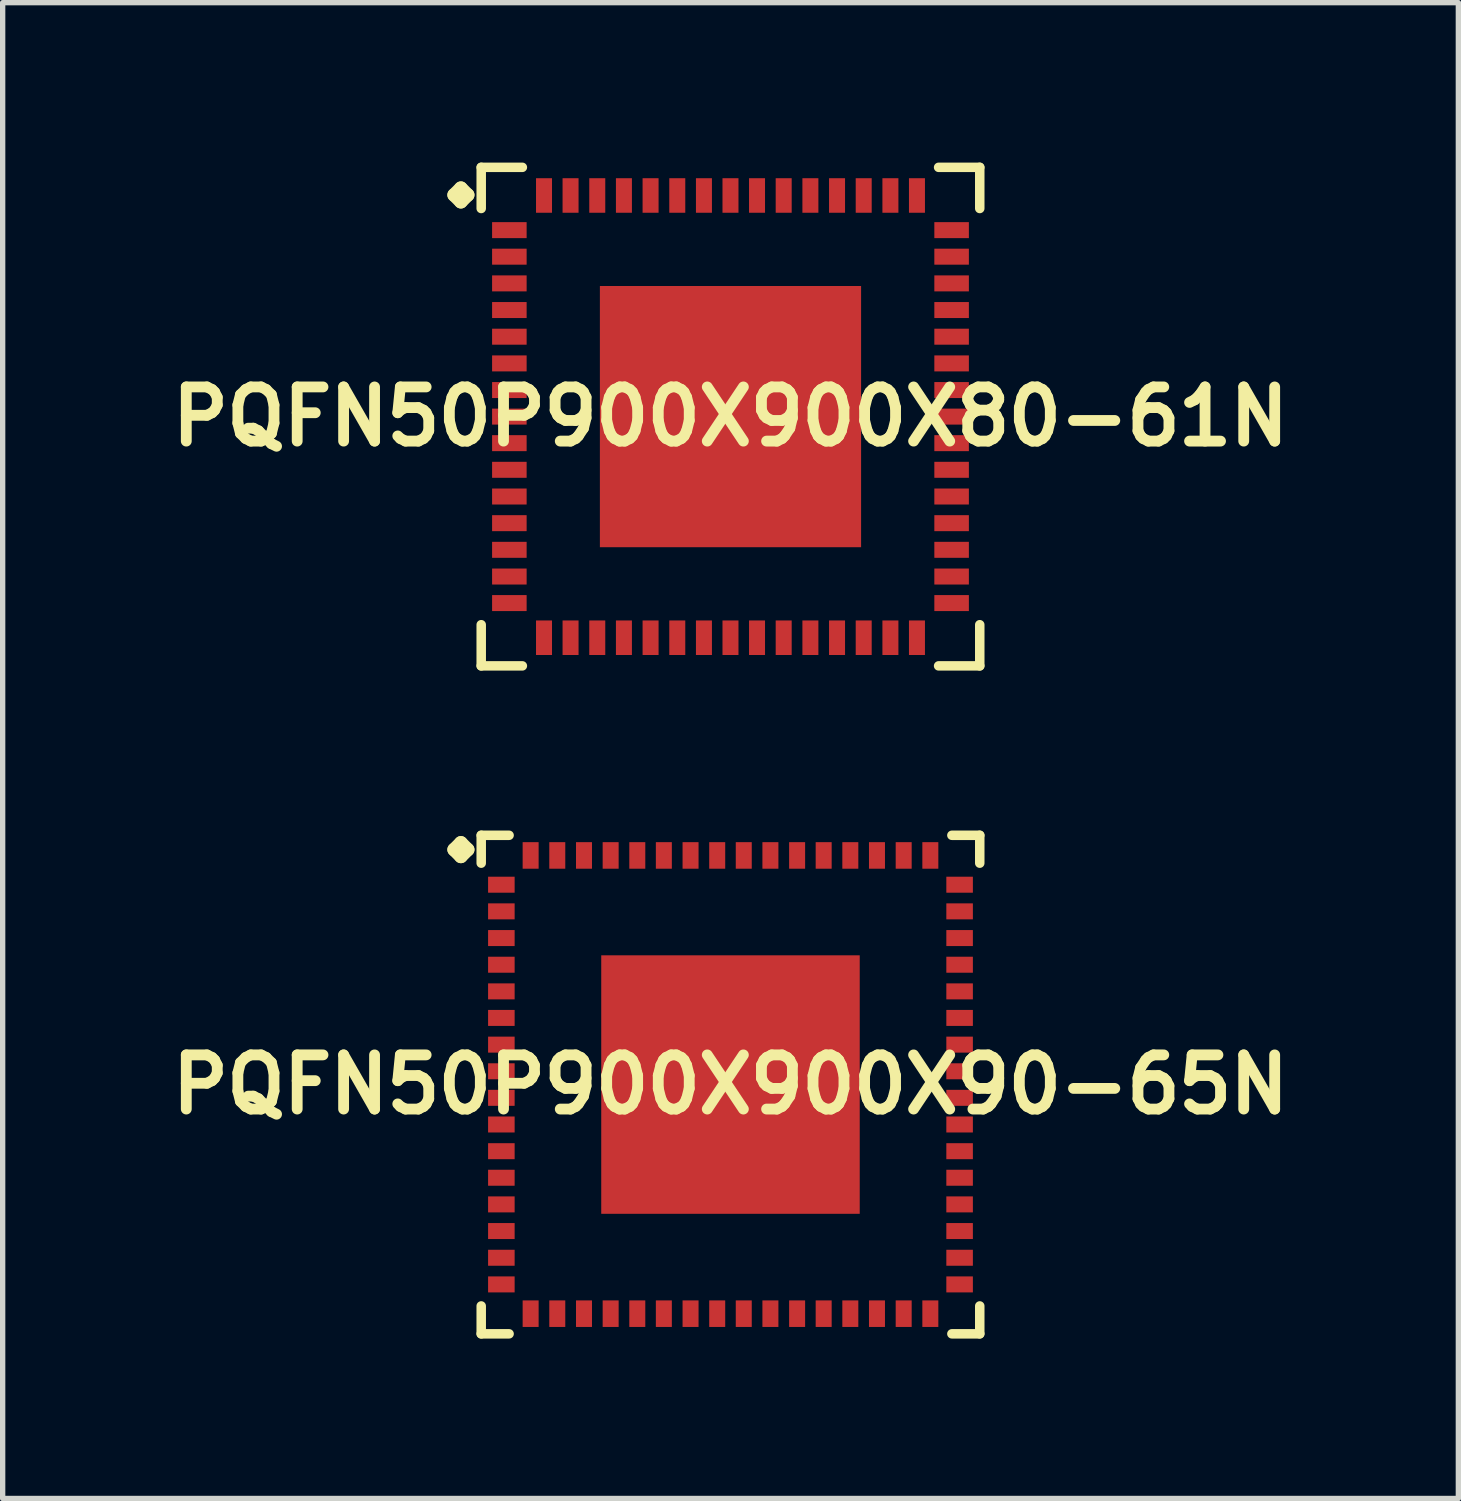
<source format=kicad_pcb>
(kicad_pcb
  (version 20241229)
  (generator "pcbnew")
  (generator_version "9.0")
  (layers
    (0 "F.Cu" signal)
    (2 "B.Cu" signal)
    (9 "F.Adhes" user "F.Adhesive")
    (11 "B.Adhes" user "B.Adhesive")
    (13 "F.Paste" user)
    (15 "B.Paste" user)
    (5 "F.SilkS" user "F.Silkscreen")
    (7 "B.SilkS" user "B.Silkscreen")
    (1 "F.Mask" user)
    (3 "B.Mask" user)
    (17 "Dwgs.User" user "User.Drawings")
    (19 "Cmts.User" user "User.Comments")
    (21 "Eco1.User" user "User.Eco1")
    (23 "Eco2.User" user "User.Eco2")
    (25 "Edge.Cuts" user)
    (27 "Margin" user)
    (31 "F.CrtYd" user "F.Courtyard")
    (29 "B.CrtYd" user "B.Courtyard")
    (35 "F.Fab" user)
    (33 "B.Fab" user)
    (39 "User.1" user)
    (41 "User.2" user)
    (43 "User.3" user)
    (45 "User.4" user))
  (footprint "PQFN50P900X900X80-61N"
    (layer "F.Cu")
    (at 10.653 4.765)
    (property "Reference" "PQFN50P900X900X80-61N" (at 0 0 0) (layer "F.SilkS") (effects (font (size 1.016 1.016) (thickness 0.203))))
    (attr smd)
    (fp_line (start -5.184 -4.158) (end -5.057 -4.285) (stroke (width 0.254) (type solid)) (layer "F.SilkS"))
    (fp_line (start -5.057 -4.285) (end -4.93 -4.158) (stroke (width 0.254) (type solid)) (layer "F.SilkS"))
    (fp_line (start -5.057 -4.031) (end -5.184 -4.158) (stroke (width 0.254) (type solid)) (layer "F.SilkS"))
    (fp_line (start -4.93 -4.158) (end -5.057 -4.031) (stroke (width 0.254) (type solid)) (layer "F.SilkS"))
    (fp_line (start -4.676 -4.676) (end -3.904 -4.676) (stroke (width 0.178) (type solid)) (layer "F.SilkS"))
    (fp_line (start -4.676 -3.904) (end -4.676 -4.676) (stroke (width 0.178) (type solid)) (layer "F.SilkS"))
    (fp_line (start -4.676 3.904) (end -4.676 4.676) (stroke (width 0.178) (type solid)) (layer "F.SilkS"))
    (fp_line (start -4.676 4.676) (end -3.904 4.676) (stroke (width 0.178) (type solid)) (layer "F.SilkS"))
    (fp_line (start 3.904 -4.676) (end 4.676 -4.676) (stroke (width 0.178) (type solid)) (layer "F.SilkS"))
    (fp_line (start 3.904 4.676) (end 4.676 4.676) (stroke (width 0.178) (type solid)) (layer "F.SilkS"))
    (fp_line (start 4.676 -4.676) (end 4.676 -3.904) (stroke (width 0.178) (type solid)) (layer "F.SilkS"))
    (fp_line (start 4.676 4.676) (end 4.676 3.904) (stroke (width 0.178) (type solid)) (layer "F.SilkS"))
    (pad "1" smd rect (at -4.148 -3.498) (size 0.648 0.3) (layers "F.Cu" "F.Mask" "F.Paste"))
    (pad "2" smd rect (at -4.148 -3) (size 0.648 0.3) (layers "F.Cu" "F.Mask" "F.Paste"))
    (pad "3" smd rect (at -4.148 -2.499) (size 0.648 0.3) (layers "F.Cu" "F.Mask" "F.Paste"))
    (pad "4" smd rect (at -4.148 -1.999) (size 0.648 0.3) (layers "F.Cu" "F.Mask" "F.Paste"))
    (pad "5" smd rect (at -4.148 -1.499) (size 0.648 0.3) (layers "F.Cu" "F.Mask" "F.Paste"))
    (pad "6" smd rect (at -4.148 -0.998) (size 0.648 0.3) (layers "F.Cu" "F.Mask" "F.Paste"))
    (pad "7" smd rect (at -4.148 -0.498) (size 0.648 0.3) (layers "F.Cu" "F.Mask" "F.Paste"))
    (pad "8" smd rect (at -4.148 0) (size 0.648 0.3) (layers "F.Cu" "F.Mask" "F.Paste"))
    (pad "9" smd rect (at -4.148 0.498) (size 0.648 0.3) (layers "F.Cu" "F.Mask" "F.Paste"))
    (pad "10" smd rect (at -4.148 0.998) (size 0.648 0.3) (layers "F.Cu" "F.Mask" "F.Paste"))
    (pad "11" smd rect (at -4.148 1.499) (size 0.648 0.3) (layers "F.Cu" "F.Mask" "F.Paste"))
    (pad "12" smd rect (at -4.148 1.999) (size 0.648 0.3) (layers "F.Cu" "F.Mask" "F.Paste"))
    (pad "13" smd rect (at -4.148 2.499) (size 0.648 0.3) (layers "F.Cu" "F.Mask" "F.Paste"))
    (pad "14" smd rect (at -4.148 3) (size 0.648 0.3) (layers "F.Cu" "F.Mask" "F.Paste"))
    (pad "15" smd rect (at -4.148 3.498) (size 0.648 0.3) (layers "F.Cu" "F.Mask" "F.Paste"))
    (pad "16" smd rect (at -3.498 4.148) (size 0.3 0.648) (layers "F.Cu" "F.Mask" "F.Paste"))
    (pad "17" smd rect (at -3 4.148) (size 0.3 0.648) (layers "F.Cu" "F.Mask" "F.Paste"))
    (pad "18" smd rect (at -2.499 4.148) (size 0.3 0.648) (layers "F.Cu" "F.Mask" "F.Paste"))
    (pad "19" smd rect (at -1.999 4.148) (size 0.3 0.648) (layers "F.Cu" "F.Mask" "F.Paste"))
    (pad "20" smd rect (at -1.499 4.148) (size 0.3 0.648) (layers "F.Cu" "F.Mask" "F.Paste"))
    (pad "21" smd rect (at -0.998 4.148) (size 0.3 0.648) (layers "F.Cu" "F.Mask" "F.Paste"))
    (pad "22" smd rect (at -0.498 4.148) (size 0.3 0.648) (layers "F.Cu" "F.Mask" "F.Paste"))
    (pad "23" smd rect (at 0 4.148) (size 0.3 0.648) (layers "F.Cu" "F.Mask" "F.Paste"))
    (pad "24" smd rect (at 0.498 4.148) (size 0.3 0.648) (layers "F.Cu" "F.Mask" "F.Paste"))
    (pad "25" smd rect (at 0.998 4.148) (size 0.3 0.648) (layers "F.Cu" "F.Mask" "F.Paste"))
    (pad "26" smd rect (at 1.499 4.148) (size 0.3 0.648) (layers "F.Cu" "F.Mask" "F.Paste"))
    (pad "27" smd rect (at 1.999 4.148) (size 0.3 0.648) (layers "F.Cu" "F.Mask" "F.Paste"))
    (pad "28" smd rect (at 2.499 4.148) (size 0.3 0.648) (layers "F.Cu" "F.Mask" "F.Paste"))
    (pad "29" smd rect (at 3 4.148) (size 0.3 0.648) (layers "F.Cu" "F.Mask" "F.Paste"))
    (pad "30" smd rect (at 3.498 4.148) (size 0.3 0.648) (layers "F.Cu" "F.Mask" "F.Paste"))
    (pad "31" smd rect (at 4.148 3.498) (size 0.648 0.3) (layers "F.Cu" "F.Mask" "F.Paste"))
    (pad "32" smd rect (at 4.148 3) (size 0.648 0.3) (layers "F.Cu" "F.Mask" "F.Paste"))
    (pad "33" smd rect (at 4.148 2.499) (size 0.648 0.3) (layers "F.Cu" "F.Mask" "F.Paste"))
    (pad "34" smd rect (at 4.148 1.999) (size 0.648 0.3) (layers "F.Cu" "F.Mask" "F.Paste"))
    (pad "35" smd rect (at 4.148 1.499) (size 0.648 0.3) (layers "F.Cu" "F.Mask" "F.Paste"))
    (pad "36" smd rect (at 4.148 0.998) (size 0.648 0.3) (layers "F.Cu" "F.Mask" "F.Paste"))
    (pad "37" smd rect (at 4.148 0.498) (size 0.648 0.3) (layers "F.Cu" "F.Mask" "F.Paste"))
    (pad "38" smd rect (at 4.148 0) (size 0.648 0.3) (layers "F.Cu" "F.Mask" "F.Paste"))
    (pad "39" smd rect (at 4.148 -0.498) (size 0.648 0.3) (layers "F.Cu" "F.Mask" "F.Paste"))
    (pad "40" smd rect (at 4.148 -0.998) (size 0.648 0.3) (layers "F.Cu" "F.Mask" "F.Paste"))
    (pad "41" smd rect (at 4.148 -1.499) (size 0.648 0.3) (layers "F.Cu" "F.Mask" "F.Paste"))
    (pad "42" smd rect (at 4.148 -1.999) (size 0.648 0.3) (layers "F.Cu" "F.Mask" "F.Paste"))
    (pad "43" smd rect (at 4.148 -2.499) (size 0.648 0.3) (layers "F.Cu" "F.Mask" "F.Paste"))
    (pad "44" smd rect (at 4.148 -3) (size 0.648 0.3) (layers "F.Cu" "F.Mask" "F.Paste"))
    (pad "45" smd rect (at 4.148 -3.498) (size 0.648 0.3) (layers "F.Cu" "F.Mask" "F.Paste"))
    (pad "46" smd rect (at 3.498 -4.148) (size 0.3 0.648) (layers "F.Cu" "F.Mask" "F.Paste"))
    (pad "47" smd rect (at 3 -4.148) (size 0.3 0.648) (layers "F.Cu" "F.Mask" "F.Paste"))
    (pad "48" smd rect (at 2.499 -4.148) (size 0.3 0.648) (layers "F.Cu" "F.Mask" "F.Paste"))
    (pad "49" smd rect (at 1.999 -4.148) (size 0.3 0.648) (layers "F.Cu" "F.Mask" "F.Paste"))
    (pad "50" smd rect (at 1.499 -4.148) (size 0.3 0.648) (layers "F.Cu" "F.Mask" "F.Paste"))
    (pad "51" smd rect (at 0.998 -4.148) (size 0.3 0.648) (layers "F.Cu" "F.Mask" "F.Paste"))
    (pad "52" smd rect (at 0.498 -4.148) (size 0.3 0.648) (layers "F.Cu" "F.Mask" "F.Paste"))
    (pad "53" smd rect (at 0 -4.148) (size 0.3 0.648) (layers "F.Cu" "F.Mask" "F.Paste"))
    (pad "54" smd rect (at -0.498 -4.148) (size 0.3 0.648) (layers "F.Cu" "F.Mask" "F.Paste"))
    (pad "55" smd rect (at -0.998 -4.148) (size 0.3 0.648) (layers "F.Cu" "F.Mask" "F.Paste"))
    (pad "56" smd rect (at -1.499 -4.148) (size 0.3 0.648) (layers "F.Cu" "F.Mask" "F.Paste"))
    (pad "57" smd rect (at -1.999 -4.148) (size 0.3 0.648) (layers "F.Cu" "F.Mask" "F.Paste"))
    (pad "58" smd rect (at -2.499 -4.148) (size 0.3 0.648) (layers "F.Cu" "F.Mask" "F.Paste"))
    (pad "59" smd rect (at -3 -4.148) (size 0.3 0.648) (layers "F.Cu" "F.Mask" "F.Paste"))
    (pad "60" smd rect (at -3.498 -4.148) (size 0.3 0.648) (layers "F.Cu" "F.Mask" "F.Paste"))
    (pad "61" smd rect (at 0 0) (size 4.9 4.9) (layers "F.Cu" "F.Mask" "F.Paste")))
  (footprint "PQFN50P900X900X90-65N"
    (layer "F.Cu")
    (at 10.653 17.295)
    (property "Reference" "PQFN50P900X900X90-65N" (at 0 0 0) (layer "F.SilkS") (effects (font (size 1.016 1.016) (thickness 0.203))))
    (attr smd)
    (fp_line (start -5.184 -4.407) (end -5.057 -4.534) (stroke (width 0.254) (type solid)) (layer "F.SilkS"))
    (fp_line (start -5.057 -4.534) (end -4.93 -4.407) (stroke (width 0.254) (type solid)) (layer "F.SilkS"))
    (fp_line (start -5.057 -4.28) (end -5.184 -4.407) (stroke (width 0.254) (type solid)) (layer "F.SilkS"))
    (fp_line (start -4.93 -4.407) (end -5.057 -4.28) (stroke (width 0.254) (type solid)) (layer "F.SilkS"))
    (fp_line (start -4.676 -4.676) (end -4.153 -4.676) (stroke (width 0.178) (type solid)) (layer "F.SilkS"))
    (fp_line (start -4.676 -4.153) (end -4.676 -4.676) (stroke (width 0.178) (type solid)) (layer "F.SilkS"))
    (fp_line (start -4.676 4.153) (end -4.676 4.676) (stroke (width 0.178) (type solid)) (layer "F.SilkS"))
    (fp_line (start -4.676 4.676) (end -4.153 4.676) (stroke (width 0.178) (type solid)) (layer "F.SilkS"))
    (fp_line (start 4.153 -4.676) (end 4.676 -4.676) (stroke (width 0.178) (type solid)) (layer "F.SilkS"))
    (fp_line (start 4.153 4.676) (end 4.676 4.676) (stroke (width 0.178) (type solid)) (layer "F.SilkS"))
    (fp_line (start 4.676 -4.676) (end 4.676 -4.153) (stroke (width 0.178) (type solid)) (layer "F.SilkS"))
    (fp_line (start 4.676 4.676) (end 4.676 4.153) (stroke (width 0.178) (type solid)) (layer "F.SilkS"))
    (pad "1" smd rect (at -4.298 -3.749) (size 0.498 0.3) (layers "F.Cu" "F.Mask" "F.Paste"))
    (pad "2" smd rect (at -4.298 -3.249) (size 0.498 0.3) (layers "F.Cu" "F.Mask" "F.Paste"))
    (pad "3" smd rect (at -4.298 -2.748) (size 0.498 0.3) (layers "F.Cu" "F.Mask" "F.Paste"))
    (pad "4" smd rect (at -4.298 -2.248) (size 0.498 0.3) (layers "F.Cu" "F.Mask" "F.Paste"))
    (pad "5" smd rect (at -4.298 -1.748) (size 0.498 0.3) (layers "F.Cu" "F.Mask" "F.Paste"))
    (pad "6" smd rect (at -4.298 -1.25) (size 0.498 0.3) (layers "F.Cu" "F.Mask" "F.Paste"))
    (pad "7" smd rect (at -4.298 -0.749) (size 0.498 0.3) (layers "F.Cu" "F.Mask" "F.Paste"))
    (pad "8" smd rect (at -4.298 -0.249) (size 0.498 0.3) (layers "F.Cu" "F.Mask" "F.Paste"))
    (pad "9" smd rect (at -4.298 0.249) (size 0.498 0.3) (layers "F.Cu" "F.Mask" "F.Paste"))
    (pad "10" smd rect (at -4.298 0.749) (size 0.498 0.3) (layers "F.Cu" "F.Mask" "F.Paste"))
    (pad "11" smd rect (at -4.298 1.25) (size 0.498 0.3) (layers "F.Cu" "F.Mask" "F.Paste"))
    (pad "12" smd rect (at -4.298 1.748) (size 0.498 0.3) (layers "F.Cu" "F.Mask" "F.Paste"))
    (pad "13" smd rect (at -4.298 2.248) (size 0.498 0.3) (layers "F.Cu" "F.Mask" "F.Paste"))
    (pad "14" smd rect (at -4.298 2.748) (size 0.498 0.3) (layers "F.Cu" "F.Mask" "F.Paste"))
    (pad "15" smd rect (at -4.298 3.249) (size 0.498 0.3) (layers "F.Cu" "F.Mask" "F.Paste"))
    (pad "16" smd rect (at -4.298 3.749) (size 0.498 0.3) (layers "F.Cu" "F.Mask" "F.Paste"))
    (pad "17" smd rect (at -3.749 4.298) (size 0.3 0.498) (layers "F.Cu" "F.Mask" "F.Paste"))
    (pad "18" smd rect (at -3.249 4.298) (size 0.3 0.498) (layers "F.Cu" "F.Mask" "F.Paste"))
    (pad "19" smd rect (at -2.748 4.298) (size 0.3 0.498) (layers "F.Cu" "F.Mask" "F.Paste"))
    (pad "20" smd rect (at -2.248 4.298) (size 0.3 0.498) (layers "F.Cu" "F.Mask" "F.Paste"))
    (pad "21" smd rect (at -1.748 4.298) (size 0.3 0.498) (layers "F.Cu" "F.Mask" "F.Paste"))
    (pad "22" smd rect (at -1.25 4.298) (size 0.3 0.498) (layers "F.Cu" "F.Mask" "F.Paste"))
    (pad "23" smd rect (at -0.749 4.298) (size 0.3 0.498) (layers "F.Cu" "F.Mask" "F.Paste"))
    (pad "24" smd rect (at -0.249 4.298) (size 0.3 0.498) (layers "F.Cu" "F.Mask" "F.Paste"))
    (pad "25" smd rect (at 0.249 4.298) (size 0.3 0.498) (layers "F.Cu" "F.Mask" "F.Paste"))
    (pad "26" smd rect (at 0.749 4.298) (size 0.3 0.498) (layers "F.Cu" "F.Mask" "F.Paste"))
    (pad "27" smd rect (at 1.25 4.298) (size 0.3 0.498) (layers "F.Cu" "F.Mask" "F.Paste"))
    (pad "28" smd rect (at 1.748 4.298) (size 0.3 0.498) (layers "F.Cu" "F.Mask" "F.Paste"))
    (pad "29" smd rect (at 2.248 4.298) (size 0.3 0.498) (layers "F.Cu" "F.Mask" "F.Paste"))
    (pad "30" smd rect (at 2.748 4.298) (size 0.3 0.498) (layers "F.Cu" "F.Mask" "F.Paste"))
    (pad "31" smd rect (at 3.249 4.298) (size 0.3 0.498) (layers "F.Cu" "F.Mask" "F.Paste"))
    (pad "32" smd rect (at 3.749 4.298) (size 0.3 0.498) (layers "F.Cu" "F.Mask" "F.Paste"))
    (pad "33" smd rect (at 4.298 3.749) (size 0.498 0.3) (layers "F.Cu" "F.Mask" "F.Paste"))
    (pad "34" smd rect (at 4.298 3.249) (size 0.498 0.3) (layers "F.Cu" "F.Mask" "F.Paste"))
    (pad "35" smd rect (at 4.298 2.748) (size 0.498 0.3) (layers "F.Cu" "F.Mask" "F.Paste"))
    (pad "36" smd rect (at 4.298 2.248) (size 0.498 0.3) (layers "F.Cu" "F.Mask" "F.Paste"))
    (pad "37" smd rect (at 4.298 1.748) (size 0.498 0.3) (layers "F.Cu" "F.Mask" "F.Paste"))
    (pad "38" smd rect (at 4.298 1.25) (size 0.498 0.3) (layers "F.Cu" "F.Mask" "F.Paste"))
    (pad "39" smd rect (at 4.298 0.749) (size 0.498 0.3) (layers "F.Cu" "F.Mask" "F.Paste"))
    (pad "40" smd rect (at 4.298 0.249) (size 0.498 0.3) (layers "F.Cu" "F.Mask" "F.Paste"))
    (pad "41" smd rect (at 4.298 -0.249) (size 0.498 0.3) (layers "F.Cu" "F.Mask" "F.Paste"))
    (pad "42" smd rect (at 4.298 -0.749) (size 0.498 0.3) (layers "F.Cu" "F.Mask" "F.Paste"))
    (pad "43" smd rect (at 4.298 -1.25) (size 0.498 0.3) (layers "F.Cu" "F.Mask" "F.Paste"))
    (pad "44" smd rect (at 4.298 -1.748) (size 0.498 0.3) (layers "F.Cu" "F.Mask" "F.Paste"))
    (pad "45" smd rect (at 4.298 -2.248) (size 0.498 0.3) (layers "F.Cu" "F.Mask" "F.Paste"))
    (pad "46" smd rect (at 4.298 -2.748) (size 0.498 0.3) (layers "F.Cu" "F.Mask" "F.Paste"))
    (pad "47" smd rect (at 4.298 -3.249) (size 0.498 0.3) (layers "F.Cu" "F.Mask" "F.Paste"))
    (pad "48" smd rect (at 4.298 -3.749) (size 0.498 0.3) (layers "F.Cu" "F.Mask" "F.Paste"))
    (pad "49" smd rect (at 3.749 -4.298) (size 0.3 0.498) (layers "F.Cu" "F.Mask" "F.Paste"))
    (pad "50" smd rect (at 3.249 -4.298) (size 0.3 0.498) (layers "F.Cu" "F.Mask" "F.Paste"))
    (pad "51" smd rect (at 2.748 -4.298) (size 0.3 0.498) (layers "F.Cu" "F.Mask" "F.Paste"))
    (pad "52" smd rect (at 2.248 -4.298) (size 0.3 0.498) (layers "F.Cu" "F.Mask" "F.Paste"))
    (pad "53" smd rect (at 1.748 -4.298) (size 0.3 0.498) (layers "F.Cu" "F.Mask" "F.Paste"))
    (pad "54" smd rect (at 1.25 -4.298) (size 0.3 0.498) (layers "F.Cu" "F.Mask" "F.Paste"))
    (pad "55" smd rect (at 0.749 -4.298) (size 0.3 0.498) (layers "F.Cu" "F.Mask" "F.Paste"))
    (pad "56" smd rect (at 0.249 -4.298) (size 0.3 0.498) (layers "F.Cu" "F.Mask" "F.Paste"))
    (pad "57" smd rect (at -0.249 -4.298) (size 0.3 0.498) (layers "F.Cu" "F.Mask" "F.Paste"))
    (pad "58" smd rect (at -0.749 -4.298) (size 0.3 0.498) (layers "F.Cu" "F.Mask" "F.Paste"))
    (pad "59" smd rect (at -1.25 -4.298) (size 0.3 0.498) (layers "F.Cu" "F.Mask" "F.Paste"))
    (pad "60" smd rect (at -1.748 -4.298) (size 0.3 0.498) (layers "F.Cu" "F.Mask" "F.Paste"))
    (pad "61" smd rect (at -2.248 -4.298) (size 0.3 0.498) (layers "F.Cu" "F.Mask" "F.Paste"))
    (pad "62" smd rect (at -2.748 -4.298) (size 0.3 0.498) (layers "F.Cu" "F.Mask" "F.Paste"))
    (pad "63" smd rect (at -3.249 -4.298) (size 0.3 0.498) (layers "F.Cu" "F.Mask" "F.Paste"))
    (pad "64" smd rect (at -3.749 -4.298) (size 0.3 0.498) (layers "F.Cu" "F.Mask" "F.Paste"))
    (pad "65" smd rect (at 0 0) (size 4.849 4.849) (layers "F.Cu" "F.Mask" "F.Paste")))
  (gr_rect
    (start -3 -3)
    (end 24.307 25.06)
    (stroke (width 0.1) (type default))
    (fill no)
    (layer "Edge.Cuts")))
</source>
